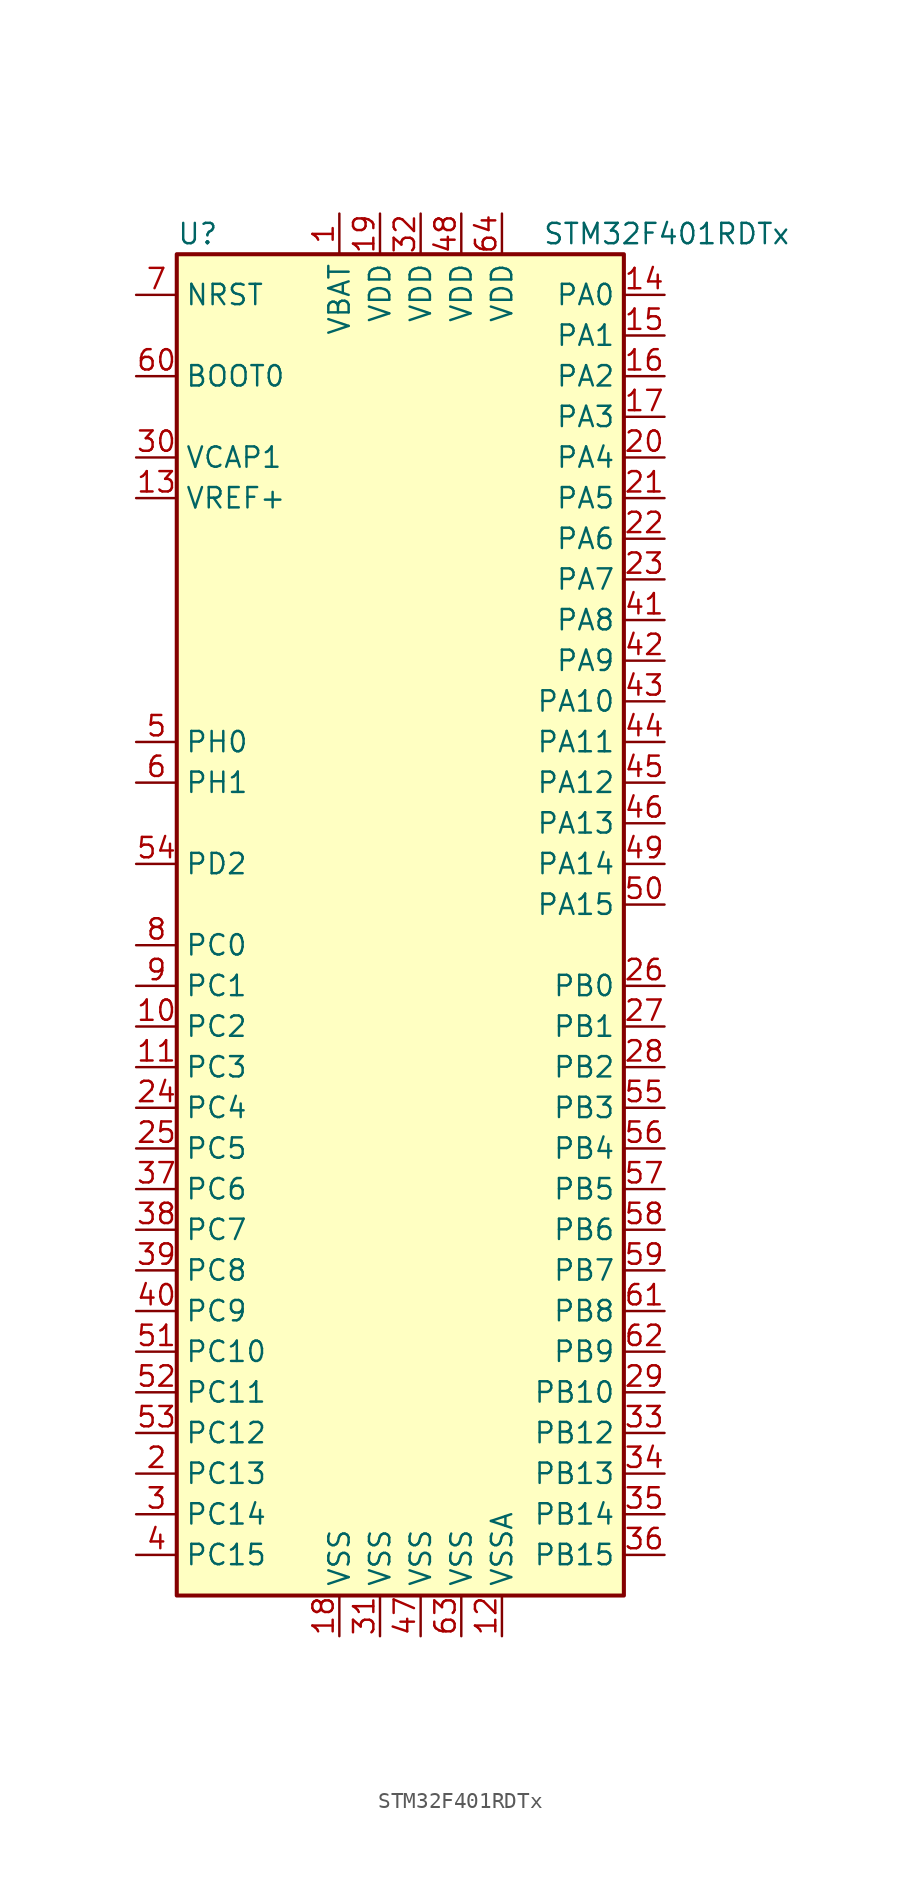
<source format=kicad_sym>
(kicad_symbol_lib
  (version 20201005)
  (generator kicad_symbol_editor)
  (symbol "STM32F401RDTx"
    (property "Reference" "U"
      (at -15.24 41.91 0)
      (effects (font (size 1.27 1.27)) (justify left)))
    (property "Value" "STM32F401RDTx"
      (at 7.62 41.91 0)
      (effects (font (size 1.27 1.27)) (justify left)))
    (symbol "STM32F401RDTx_0_1"
      (rectangle (start -15.24 -43.18) (end 12.7 40.64) (stroke (width 0.254)) (fill (type background))))
    (symbol "STM32F401RDTx_1_1"
      (pin input line (at -17.78 33.02 0) (length 2.54) (name "BOOT0" (effects (font (size 1.27 1.27)))) (number "60" (effects (font (size 1.27 1.27)))))
      (pin input line (at -17.78 38.1 0) (length 2.54) (name "NRST" (effects (font (size 1.27 1.27)))) (number "7" (effects (font (size 1.27 1.27)))))
      (pin bidirectional line (at 15.24 38.1 180) (length 2.54) (name "PA0" (effects (font (size 1.27 1.27)))) (number "14" (effects (font (size 1.27 1.27)))))
      (pin bidirectional line (at 15.24 35.56 180) (length 2.54) (name "PA1" (effects (font (size 1.27 1.27)))) (number "15" (effects (font (size 1.27 1.27)))))
      (pin bidirectional line (at 15.24 12.7 180) (length 2.54) (name "PA10" (effects (font (size 1.27 1.27)))) (number "43" (effects (font (size 1.27 1.27)))))
      (pin bidirectional line (at 15.24 10.16 180) (length 2.54) (name "PA11" (effects (font (size 1.27 1.27)))) (number "44" (effects (font (size 1.27 1.27)))))
      (pin bidirectional line (at 15.24 7.62 180) (length 2.54) (name "PA12" (effects (font (size 1.27 1.27)))) (number "45" (effects (font (size 1.27 1.27)))))
      (pin bidirectional line (at 15.24 5.08 180) (length 2.54) (name "PA13" (effects (font (size 1.27 1.27)))) (number "46" (effects (font (size 1.27 1.27)))))
      (pin bidirectional line (at 15.24 2.54 180) (length 2.54) (name "PA14" (effects (font (size 1.27 1.27)))) (number "49" (effects (font (size 1.27 1.27)))))
      (pin bidirectional line (at 15.24 0 180) (length 2.54) (name "PA15" (effects (font (size 1.27 1.27)))) (number "50" (effects (font (size 1.27 1.27)))))
      (pin bidirectional line (at 15.24 33.02 180) (length 2.54) (name "PA2" (effects (font (size 1.27 1.27)))) (number "16" (effects (font (size 1.27 1.27)))))
      (pin bidirectional line (at 15.24 30.48 180) (length 2.54) (name "PA3" (effects (font (size 1.27 1.27)))) (number "17" (effects (font (size 1.27 1.27)))))
      (pin bidirectional line (at 15.24 27.94 180) (length 2.54) (name "PA4" (effects (font (size 1.27 1.27)))) (number "20" (effects (font (size 1.27 1.27)))))
      (pin bidirectional line (at 15.24 25.4 180) (length 2.54) (name "PA5" (effects (font (size 1.27 1.27)))) (number "21" (effects (font (size 1.27 1.27)))))
      (pin bidirectional line (at 15.24 22.86 180) (length 2.54) (name "PA6" (effects (font (size 1.27 1.27)))) (number "22" (effects (font (size 1.27 1.27)))))
      (pin bidirectional line (at 15.24 20.32 180) (length 2.54) (name "PA7" (effects (font (size 1.27 1.27)))) (number "23" (effects (font (size 1.27 1.27)))))
      (pin bidirectional line (at 15.24 17.78 180) (length 2.54) (name "PA8" (effects (font (size 1.27 1.27)))) (number "41" (effects (font (size 1.27 1.27)))))
      (pin bidirectional line (at 15.24 15.24 180) (length 2.54) (name "PA9" (effects (font (size 1.27 1.27)))) (number "42" (effects (font (size 1.27 1.27)))))
      (pin bidirectional line (at 15.24 -5.08 180) (length 2.54) (name "PB0" (effects (font (size 1.27 1.27)))) (number "26" (effects (font (size 1.27 1.27)))))
      (pin bidirectional line (at 15.24 -7.62 180) (length 2.54) (name "PB1" (effects (font (size 1.27 1.27)))) (number "27" (effects (font (size 1.27 1.27)))))
      (pin bidirectional line (at 15.24 -30.48 180) (length 2.54) (name "PB10" (effects (font (size 1.27 1.27)))) (number "29" (effects (font (size 1.27 1.27)))))
      (pin bidirectional line (at 15.24 -33.02 180) (length 2.54) (name "PB12" (effects (font (size 1.27 1.27)))) (number "33" (effects (font (size 1.27 1.27)))))
      (pin bidirectional line (at 15.24 -35.56 180) (length 2.54) (name "PB13" (effects (font (size 1.27 1.27)))) (number "34" (effects (font (size 1.27 1.27)))))
      (pin bidirectional line (at 15.24 -38.1 180) (length 2.54) (name "PB14" (effects (font (size 1.27 1.27)))) (number "35" (effects (font (size 1.27 1.27)))))
      (pin bidirectional line (at 15.24 -40.64 180) (length 2.54) (name "PB15" (effects (font (size 1.27 1.27)))) (number "36" (effects (font (size 1.27 1.27)))))
      (pin bidirectional line (at 15.24 -10.16 180) (length 2.54) (name "PB2" (effects (font (size 1.27 1.27)))) (number "28" (effects (font (size 1.27 1.27)))))
      (pin bidirectional line (at 15.24 -12.7 180) (length 2.54) (name "PB3" (effects (font (size 1.27 1.27)))) (number "55" (effects (font (size 1.27 1.27)))))
      (pin bidirectional line (at 15.24 -15.24 180) (length 2.54) (name "PB4" (effects (font (size 1.27 1.27)))) (number "56" (effects (font (size 1.27 1.27)))))
      (pin bidirectional line (at 15.24 -17.78 180) (length 2.54) (name "PB5" (effects (font (size 1.27 1.27)))) (number "57" (effects (font (size 1.27 1.27)))))
      (pin bidirectional line (at 15.24 -20.32 180) (length 2.54) (name "PB6" (effects (font (size 1.27 1.27)))) (number "58" (effects (font (size 1.27 1.27)))))
      (pin bidirectional line (at 15.24 -22.86 180) (length 2.54) (name "PB7" (effects (font (size 1.27 1.27)))) (number "59" (effects (font (size 1.27 1.27)))))
      (pin bidirectional line (at 15.24 -25.4 180) (length 2.54) (name "PB8" (effects (font (size 1.27 1.27)))) (number "61" (effects (font (size 1.27 1.27)))))
      (pin bidirectional line (at 15.24 -27.94 180) (length 2.54) (name "PB9" (effects (font (size 1.27 1.27)))) (number "62" (effects (font (size 1.27 1.27)))))
      (pin bidirectional line (at -17.78 -2.54 0) (length 2.54) (name "PC0" (effects (font (size 1.27 1.27)))) (number "8" (effects (font (size 1.27 1.27)))))
      (pin bidirectional line (at -17.78 -5.08 0) (length 2.54) (name "PC1" (effects (font (size 1.27 1.27)))) (number "9" (effects (font (size 1.27 1.27)))))
      (pin bidirectional line (at -17.78 -27.94 0) (length 2.54) (name "PC10" (effects (font (size 1.27 1.27)))) (number "51" (effects (font (size 1.27 1.27)))))
      (pin bidirectional line (at -17.78 -30.48 0) (length 2.54) (name "PC11" (effects (font (size 1.27 1.27)))) (number "52" (effects (font (size 1.27 1.27)))))
      (pin bidirectional line (at -17.78 -33.02 0) (length 2.54) (name "PC12" (effects (font (size 1.27 1.27)))) (number "53" (effects (font (size 1.27 1.27)))))
      (pin bidirectional line (at -17.78 -35.56 0) (length 2.54) (name "PC13" (effects (font (size 1.27 1.27)))) (number "2" (effects (font (size 1.27 1.27)))))
      (pin bidirectional line (at -17.78 -38.1 0) (length 2.54) (name "PC14" (effects (font (size 1.27 1.27)))) (number "3" (effects (font (size 1.27 1.27)))))
      (pin bidirectional line (at -17.78 -40.64 0) (length 2.54) (name "PC15" (effects (font (size 1.27 1.27)))) (number "4" (effects (font (size 1.27 1.27)))))
      (pin bidirectional line (at -17.78 -7.62 0) (length 2.54) (name "PC2" (effects (font (size 1.27 1.27)))) (number "10" (effects (font (size 1.27 1.27)))))
      (pin bidirectional line (at -17.78 -10.16 0) (length 2.54) (name "PC3" (effects (font (size 1.27 1.27)))) (number "11" (effects (font (size 1.27 1.27)))))
      (pin bidirectional line (at -17.78 -12.7 0) (length 2.54) (name "PC4" (effects (font (size 1.27 1.27)))) (number "24" (effects (font (size 1.27 1.27)))))
      (pin bidirectional line (at -17.78 -15.24 0) (length 2.54) (name "PC5" (effects (font (size 1.27 1.27)))) (number "25" (effects (font (size 1.27 1.27)))))
      (pin bidirectional line (at -17.78 -17.78 0) (length 2.54) (name "PC6" (effects (font (size 1.27 1.27)))) (number "37" (effects (font (size 1.27 1.27)))))
      (pin bidirectional line (at -17.78 -20.32 0) (length 2.54) (name "PC7" (effects (font (size 1.27 1.27)))) (number "38" (effects (font (size 1.27 1.27)))))
      (pin bidirectional line (at -17.78 -22.86 0) (length 2.54) (name "PC8" (effects (font (size 1.27 1.27)))) (number "39" (effects (font (size 1.27 1.27)))))
      (pin bidirectional line (at -17.78 -25.4 0) (length 2.54) (name "PC9" (effects (font (size 1.27 1.27)))) (number "40" (effects (font (size 1.27 1.27)))))
      (pin bidirectional line (at -17.78 2.54 0) (length 2.54) (name "PD2" (effects (font (size 1.27 1.27)))) (number "54" (effects (font (size 1.27 1.27)))))
      (pin input line (at -17.78 10.16 0) (length 2.54) (name "PH0" (effects (font (size 1.27 1.27)))) (number "5" (effects (font (size 1.27 1.27)))))
      (pin input line (at -17.78 7.62 0) (length 2.54) (name "PH1" (effects (font (size 1.27 1.27)))) (number "6" (effects (font (size 1.27 1.27)))))
      (pin power_in line (at -5.08 43.18 270) (length 2.54) (name "VBAT" (effects (font (size 1.27 1.27)))) (number "1" (effects (font (size 1.27 1.27)))))
      (pin power_in line (at -17.78 27.94 0) (length 2.54) (name "VCAP1" (effects (font (size 1.27 1.27)))) (number "30" (effects (font (size 1.27 1.27)))))
      (pin power_in line (at -2.54 43.18 270) (length 2.54) (name "VDD" (effects (font (size 1.27 1.27)))) (number "19" (effects (font (size 1.27 1.27)))))
      (pin power_in line (at 0 43.18 270) (length 2.54) (name "VDD" (effects (font (size 1.27 1.27)))) (number "32" (effects (font (size 1.27 1.27)))))
      (pin power_in line (at 2.54 43.18 270) (length 2.54) (name "VDD" (effects (font (size 1.27 1.27)))) (number "48" (effects (font (size 1.27 1.27)))))
      (pin power_in line (at 5.08 43.18 270) (length 2.54) (name "VDD" (effects (font (size 1.27 1.27)))) (number "64" (effects (font (size 1.27 1.27)))))
      (pin power_in line (at -17.78 25.4 0) (length 2.54) (name "VREF+" (effects (font (size 1.27 1.27)))) (number "13" (effects (font (size 1.27 1.27)))))
      (pin power_in line (at -5.08 -45.72 90) (length 2.54) (name "VSS" (effects (font (size 1.27 1.27)))) (number "18" (effects (font (size 1.27 1.27)))))
      (pin power_in line (at -2.54 -45.72 90) (length 2.54) (name "VSS" (effects (font (size 1.27 1.27)))) (number "31" (effects (font (size 1.27 1.27)))))
      (pin power_in line (at 0 -45.72 90) (length 2.54) (name "VSS" (effects (font (size 1.27 1.27)))) (number "47" (effects (font (size 1.27 1.27)))))
      (pin power_in line (at 2.54 -45.72 90) (length 2.54) (name "VSS" (effects (font (size 1.27 1.27)))) (number "63" (effects (font (size 1.27 1.27)))))
      (pin power_in line (at 5.08 -45.72 90) (length 2.54) (name "VSSA" (effects (font (size 1.27 1.27)))) (number "12" (effects (font (size 1.27 1.27))))))))
</source>
